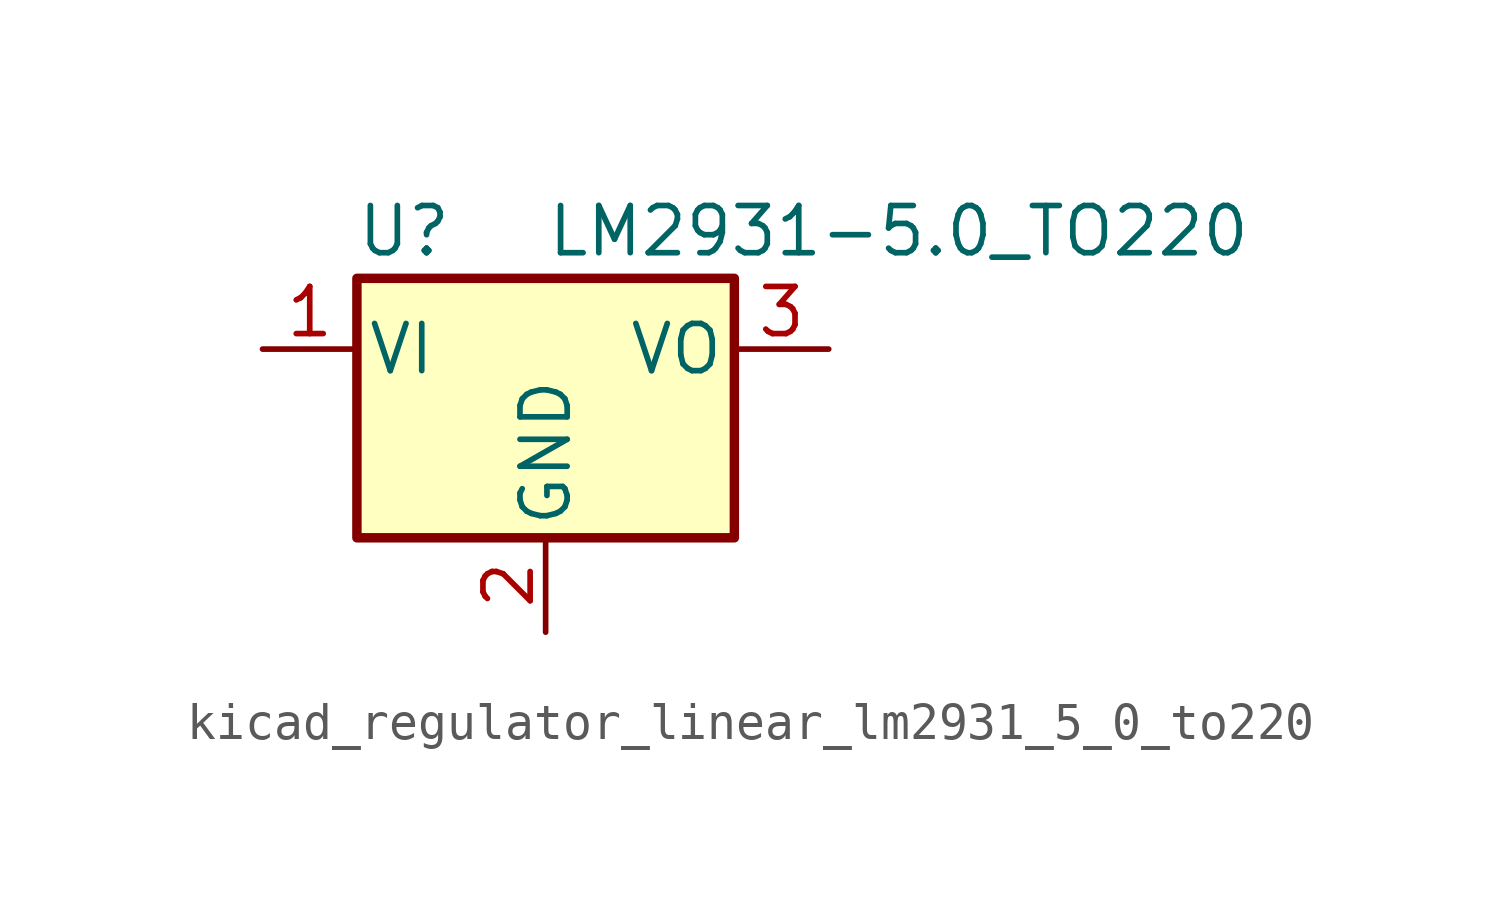
<source format=kicad_sym>
(kicad_symbol_lib
  (version 20220914)
  (generator kicad_symbol_editor)
  (symbol "kicad_regulator_linear_lm2931_5_0_to220"
    (pin_names
      (offset 0.254))
    (property "Reference" "U"
      (at -3.81 3.175 0)
      (effects (font (size 1.27 1.27))))
    (property "Value" "LM2931-5.0_TO220"
      (at 0 3.175 0)
      (effects (font (size 1.27 1.27)) (justify left)))
    (symbol "kicad_regulator_linear_lm2931_5_0_to220_0_1"
      (rectangle (start -5.08 1.905) (end 5.08 -5.08) (stroke (width 0.254) (type default)) (fill (type background))))
    (symbol "kicad_regulator_linear_lm2931_5_0_to220_1_1"
      (pin power_in line (at -7.62 0 0) (length 2.54) (name "VI" (effects (font (size 1.27 1.27)))) (number "1" (effects (font (size 1.27 1.27)))))
      (pin power_in line (at 0 -7.62 90) (length 2.54) (name "GND" (effects (font (size 1.27 1.27)))) (number "2" (effects (font (size 1.27 1.27)))))
      (pin power_out line (at 7.62 0 180) (length 2.54) (name "VO" (effects (font (size 1.27 1.27)))) (number "3" (effects (font (size 1.27 1.27))))))))
</source>
